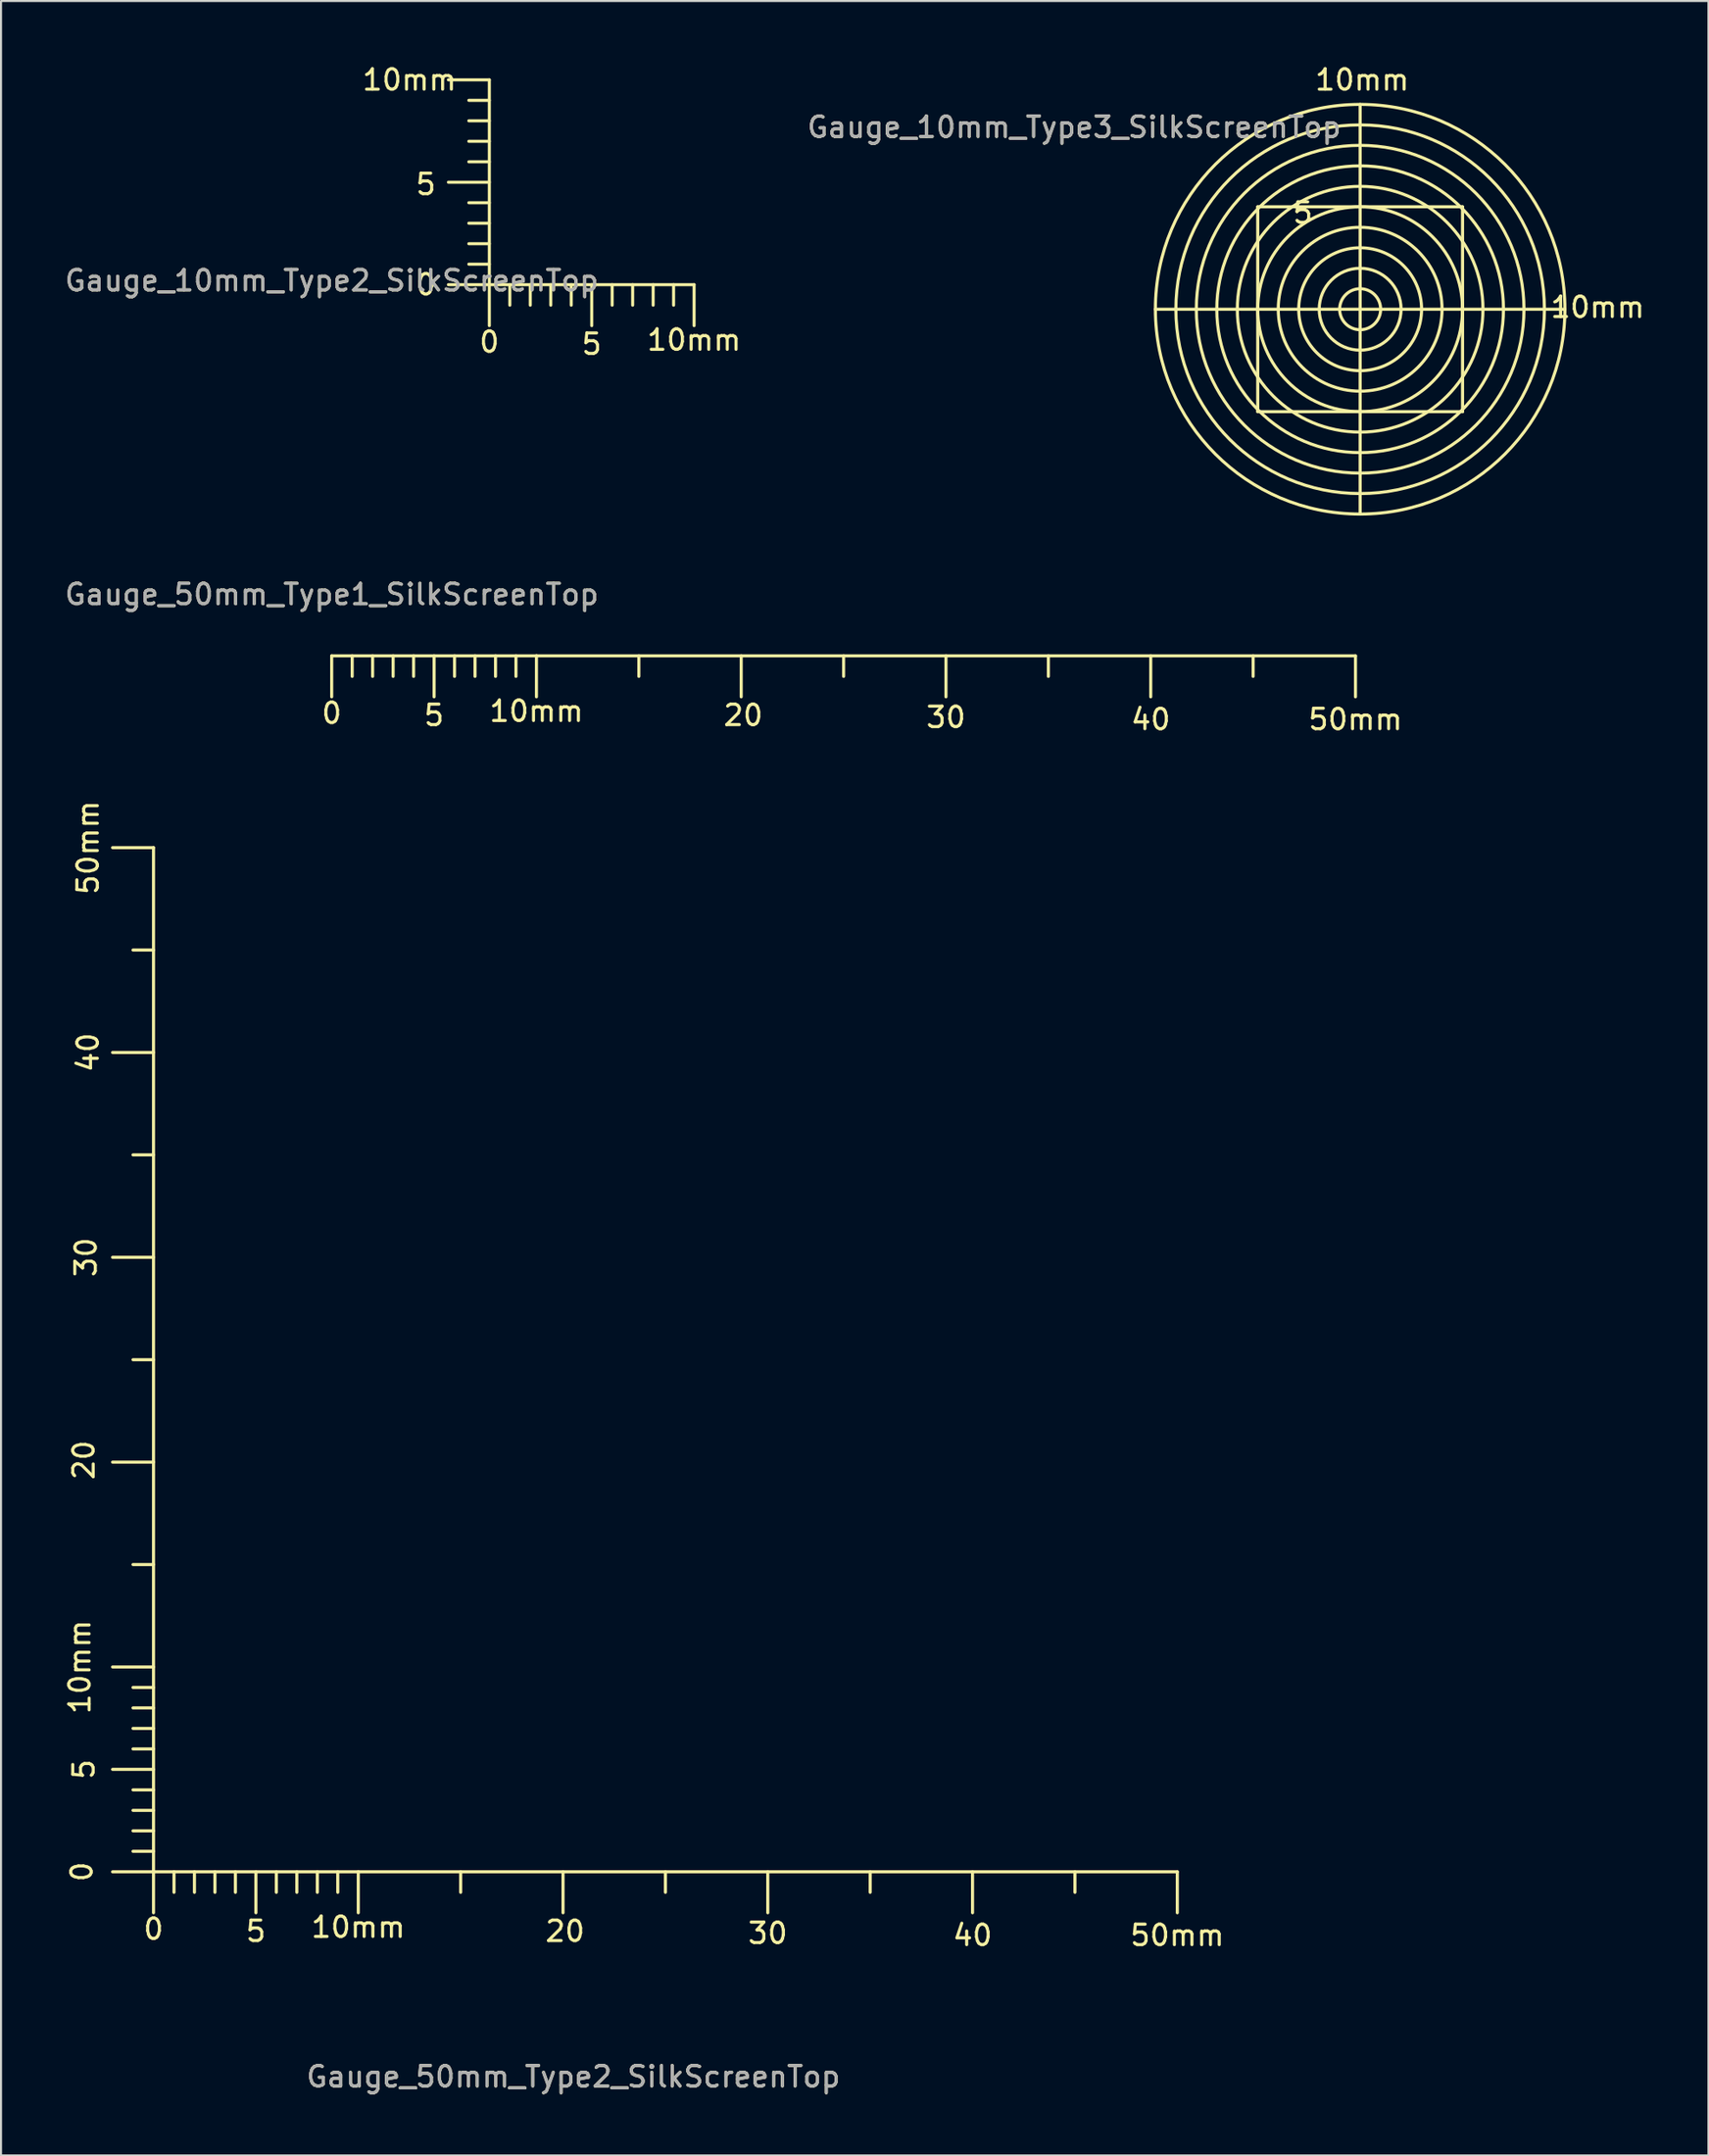
<source format=kicad_pcb>
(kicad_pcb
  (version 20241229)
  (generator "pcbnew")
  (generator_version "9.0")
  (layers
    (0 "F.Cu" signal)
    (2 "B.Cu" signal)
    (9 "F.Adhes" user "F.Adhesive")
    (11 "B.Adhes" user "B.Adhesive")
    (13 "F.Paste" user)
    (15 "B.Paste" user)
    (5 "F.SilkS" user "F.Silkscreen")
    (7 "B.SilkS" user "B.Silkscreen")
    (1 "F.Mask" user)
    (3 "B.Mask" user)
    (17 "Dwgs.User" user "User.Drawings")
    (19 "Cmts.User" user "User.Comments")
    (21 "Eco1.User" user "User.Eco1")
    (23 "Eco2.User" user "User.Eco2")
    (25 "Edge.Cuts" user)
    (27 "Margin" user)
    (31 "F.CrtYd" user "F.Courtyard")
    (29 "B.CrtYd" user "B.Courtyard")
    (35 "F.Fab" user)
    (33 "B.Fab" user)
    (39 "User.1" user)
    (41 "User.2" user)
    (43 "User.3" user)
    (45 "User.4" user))
  (footprint "Gauge_10mm_Type2_SilkScreenTop"
    (layer "F.Cu")
    (at 20.848 10.848)
    (property "Reference" "Gauge_10mm_Type2_SilkScreenTop" (at -7.699 -0.201 0) (layer "F.SilkS") (effects (font (size 1 1) (thickness 0.15))))
    (attr exclude_from_pos_files exclude_from_bom)
    (fp_line (start 0 -10) (end -1.999 -10) (stroke (width 0.15) (type solid)) (layer "F.SilkS"))
    (fp_line (start 0 -8.999) (end -1.001 -8.999) (stroke (width 0.15) (type solid)) (layer "F.SilkS"))
    (fp_line (start 0 -8.001) (end -1.001 -8.001) (stroke (width 0.15) (type solid)) (layer "F.SilkS"))
    (fp_line (start 0 -7) (end -1.001 -7) (stroke (width 0.15) (type solid)) (layer "F.SilkS"))
    (fp_line (start 0 -5.999) (end -1.001 -5.999) (stroke (width 0.15) (type solid)) (layer "F.SilkS"))
    (fp_line (start 0 -5.001) (end -1.999 -5.001) (stroke (width 0.15) (type solid)) (layer "F.SilkS"))
    (fp_line (start 0 -4) (end -1.001 -4) (stroke (width 0.15) (type solid)) (layer "F.SilkS"))
    (fp_line (start 0 -3) (end -1.001 -3) (stroke (width 0.15) (type solid)) (layer "F.SilkS"))
    (fp_line (start 0 -1.999) (end -1.001 -1.999) (stroke (width 0.15) (type solid)) (layer "F.SilkS"))
    (fp_line (start 0 -1.001) (end -1.001 -1.001) (stroke (width 0.15) (type solid)) (layer "F.SilkS"))
    (fp_line (start 0 0) (end -1.999 0) (stroke (width 0.15) (type solid)) (layer "F.SilkS"))
    (fp_line (start 0 0) (end 0 -10) (stroke (width 0.15) (type solid)) (layer "F.SilkS"))
    (fp_line (start 0 0) (end 0 1.999) (stroke (width 0.15) (type solid)) (layer "F.SilkS"))
    (fp_line (start 0 0) (end 10 0) (stroke (width 0.15) (type solid)) (layer "F.SilkS"))
    (fp_line (start 1.001 0) (end 1.001 1.001) (stroke (width 0.15) (type solid)) (layer "F.SilkS"))
    (fp_line (start 1.999 0) (end 1.999 1.001) (stroke (width 0.15) (type solid)) (layer "F.SilkS"))
    (fp_line (start 3 0) (end 3 1.001) (stroke (width 0.15) (type solid)) (layer "F.SilkS"))
    (fp_line (start 4 0) (end 4 1.001) (stroke (width 0.15) (type solid)) (layer "F.SilkS"))
    (fp_line (start 5.001 0) (end 5.001 1.999) (stroke (width 0.15) (type solid)) (layer "F.SilkS"))
    (fp_line (start 5.999 0) (end 5.999 1.001) (stroke (width 0.15) (type solid)) (layer "F.SilkS"))
    (fp_line (start 7 0) (end 7 1.001) (stroke (width 0.15) (type solid)) (layer "F.SilkS"))
    (fp_line (start 8.001 0) (end 8.001 1.001) (stroke (width 0.15) (type solid)) (layer "F.SilkS"))
    (fp_line (start 8.999 0) (end 8.999 1.001) (stroke (width 0.15) (type solid)) (layer "F.SilkS"))
    (fp_line (start 10 0) (end 10 1.999) (stroke (width 0.15) (type solid)) (layer "F.SilkS"))
    (fp_text user "10mm" (at -3.901 -10 0) (layer "F.SilkS") (effects (font (size 1 1) (thickness 0.15))))
    (fp_text user "5" (at -3.101 -4.9 0) (layer "F.SilkS") (effects (font (size 1 1) (thickness 0.15))))
    (fp_text user "5" (at 4.999 2.901 0) (layer "F.SilkS") (effects (font (size 1 1) (thickness 0.15))))
    (fp_text user "10mm" (at 10 2.7 0) (layer "F.SilkS") (effects (font (size 1 1) (thickness 0.15))))
    (fp_text user "0" (at 0 2.799 0) (layer "F.SilkS") (effects (font (size 1 1) (thickness 0.15))))
    (fp_text user "0" (at -3.101 0 0) (layer "F.SilkS") (effects (font (size 1 1) (thickness 0.15))))
    (fp_text user "${REFERENCE}" (at -7.699 -0.201 0) (layer "F.Fab") (effects (font (size 1 1) (thickness 0.15)))))
  (footprint "Gauge_10mm_Type3_SilkScreenTop"
    (layer "F.Cu")
    (at 63.377 12.047)
    (property "Reference" "Gauge_10mm_Type3_SilkScreenTop" (at -13.97 -8.89 0) (layer "F.SilkS") (effects (font (size 1 1) (thickness 0.15))))
    (attr exclude_from_pos_files exclude_from_bom)
    (fp_line (start -5.001 -5.001) (end -5.001 0) (stroke (width 0.15) (type solid)) (layer "F.SilkS"))
    (fp_line (start -5.001 5.001) (end -5.001 0) (stroke (width 0.15) (type solid)) (layer "F.SilkS"))
    (fp_line (start -1.999 0) (end -10 0) (stroke (width 0.15) (type solid)) (layer "F.SilkS"))
    (fp_line (start 0 -5.001) (end -5.001 -5.001) (stroke (width 0.15) (type solid)) (layer "F.SilkS"))
    (fp_line (start 0 -5.001) (end 5.001 -5.001) (stroke (width 0.15) (type solid)) (layer "F.SilkS"))
    (fp_line (start 0 0) (end -1.999 0) (stroke (width 0.15) (type solid)) (layer "F.SilkS"))
    (fp_line (start 0 0) (end 0 -10) (stroke (width 0.15) (type solid)) (layer "F.SilkS"))
    (fp_line (start 0 0) (end 0 1.999) (stroke (width 0.15) (type solid)) (layer "F.SilkS"))
    (fp_line (start 0 0) (end 10 0) (stroke (width 0.15) (type solid)) (layer "F.SilkS"))
    (fp_line (start 0 1.999) (end 0 10) (stroke (width 0.15) (type solid)) (layer "F.SilkS"))
    (fp_line (start 0 5.001) (end -5.001 5.001) (stroke (width 0.15) (type solid)) (layer "F.SilkS"))
    (fp_line (start 5.001 -5.001) (end 5.001 0) (stroke (width 0.15) (type solid)) (layer "F.SilkS"))
    (fp_line (start 5.001 0) (end 5.001 5.001) (stroke (width 0.15) (type solid)) (layer "F.SilkS"))
    (fp_line (start 5.001 5.001) (end 0 5.001) (stroke (width 0.15) (type solid)) (layer "F.SilkS"))
    (fp_circle (center 0 0) (end 0 -8.999) (stroke (width 0.15) (type solid)) (fill no) (layer "F.SilkS"))
    (fp_circle (center 0 0) (end 0 -8.001) (stroke (width 0.15) (type solid)) (fill no) (layer "F.SilkS"))
    (fp_circle (center 0 0) (end 0 -7) (stroke (width 0.15) (type solid)) (fill no) (layer "F.SilkS"))
    (fp_circle (center 0 0) (end 0 -5.999) (stroke (width 0.15) (type solid)) (fill no) (layer "F.SilkS"))
    (fp_circle (center 0 0) (end 0 -4) (stroke (width 0.15) (type solid)) (fill no) (layer "F.SilkS"))
    (fp_circle (center 0 0) (end 0 -3) (stroke (width 0.15) (type solid)) (fill no) (layer "F.SilkS"))
    (fp_circle (center 0 0) (end 0 -1.999) (stroke (width 0.15) (type solid)) (fill no) (layer "F.SilkS"))
    (fp_circle (center 0 0) (end 0 -1.001) (stroke (width 0.15) (type solid)) (fill no) (layer "F.SilkS"))
    (fp_circle (center 0 0) (end 5.001 0) (stroke (width 0.15) (type solid)) (fill no) (layer "F.SilkS"))
    (fp_circle (center 0 0) (end 10 0) (stroke (width 0.15) (type solid)) (fill no) (layer "F.SilkS"))
    (fp_text user "10mm" (at 0.099 -11.199 0) (layer "F.SilkS") (effects (font (size 1 1) (thickness 0.15))))
    (fp_text user "5" (at -2.799 -4.699 0) (layer "F.SilkS") (effects (font (size 1 1) (thickness 0.15))))
    (fp_text user "10mm" (at 11.6 -0.099 0) (layer "F.SilkS") (effects (font (size 1 1) (thickness 0.15))))
    (fp_text user "${REFERENCE}" (at -13.97 -8.89 0) (layer "F.Fab") (effects (font (size 1 1) (thickness 0.15)))))
  (footprint "Gauge_50mm_Type2_SilkScreenTop"
    (layer "F.Cu")
    (at 4.447 88.333)
    (property "Reference" "Gauge_50mm_Type2_SilkScreenTop" (at 20.5 10 0) (layer "F.SilkS") (effects (font (size 1 1) (thickness 0.15))))
    (attr exclude_from_pos_files exclude_from_bom)
    (fp_line (start 0 -50) (end -1.999 -50) (stroke (width 0.15) (type solid)) (layer "F.SilkS"))
    (fp_line (start 0 -45.001) (end -1.001 -45.001) (stroke (width 0.15) (type solid)) (layer "F.SilkS"))
    (fp_line (start 0 -40) (end -1.999 -40) (stroke (width 0.15) (type solid)) (layer "F.SilkS"))
    (fp_line (start 0 -35.001) (end -1.001 -35.001) (stroke (width 0.15) (type solid)) (layer "F.SilkS"))
    (fp_line (start 0 -30) (end -1.999 -30) (stroke (width 0.15) (type solid)) (layer "F.SilkS"))
    (fp_line (start 0 -25.001) (end -1.001 -25.001) (stroke (width 0.15) (type solid)) (layer "F.SilkS"))
    (fp_line (start 0 -20) (end -1.999 -20) (stroke (width 0.15) (type solid)) (layer "F.SilkS"))
    (fp_line (start 0 -15.001) (end -1.001 -15.001) (stroke (width 0.15) (type solid)) (layer "F.SilkS"))
    (fp_line (start 0 -10) (end -1.999 -10) (stroke (width 0.15) (type solid)) (layer "F.SilkS"))
    (fp_line (start 0 -8.999) (end -1.001 -8.999) (stroke (width 0.15) (type solid)) (layer "F.SilkS"))
    (fp_line (start 0 -8.001) (end -1.001 -8.001) (stroke (width 0.15) (type solid)) (layer "F.SilkS"))
    (fp_line (start 0 -7) (end -1.001 -7) (stroke (width 0.15) (type solid)) (layer "F.SilkS"))
    (fp_line (start 0 -5.999) (end -1.001 -5.999) (stroke (width 0.15) (type solid)) (layer "F.SilkS"))
    (fp_line (start 0 -5.001) (end -1.999 -5.001) (stroke (width 0.15) (type solid)) (layer "F.SilkS"))
    (fp_line (start 0 -4) (end -1.001 -4) (stroke (width 0.15) (type solid)) (layer "F.SilkS"))
    (fp_line (start 0 -3) (end -1.001 -3) (stroke (width 0.15) (type solid)) (layer "F.SilkS"))
    (fp_line (start 0 -1.999) (end -1.001 -1.999) (stroke (width 0.15) (type solid)) (layer "F.SilkS"))
    (fp_line (start 0 -1.001) (end -1.001 -1.001) (stroke (width 0.15) (type solid)) (layer "F.SilkS"))
    (fp_line (start 0 0) (end -1.999 0) (stroke (width 0.15) (type solid)) (layer "F.SilkS"))
    (fp_line (start 0 0) (end 0 -50) (stroke (width 0.15) (type solid)) (layer "F.SilkS"))
    (fp_line (start 0 0) (end 0 1.999) (stroke (width 0.15) (type solid)) (layer "F.SilkS"))
    (fp_line (start 0 0) (end 10 0) (stroke (width 0.15) (type solid)) (layer "F.SilkS"))
    (fp_line (start 1.001 0) (end 1.001 1.001) (stroke (width 0.15) (type solid)) (layer "F.SilkS"))
    (fp_line (start 1.999 0) (end 1.999 1.001) (stroke (width 0.15) (type solid)) (layer "F.SilkS"))
    (fp_line (start 3 0) (end 3 1.001) (stroke (width 0.15) (type solid)) (layer "F.SilkS"))
    (fp_line (start 4 0) (end 4 1.001) (stroke (width 0.15) (type solid)) (layer "F.SilkS"))
    (fp_line (start 5.001 0) (end 5.001 1.999) (stroke (width 0.15) (type solid)) (layer "F.SilkS"))
    (fp_line (start 5.999 0) (end 5.999 1.001) (stroke (width 0.15) (type solid)) (layer "F.SilkS"))
    (fp_line (start 7 0) (end 7 1.001) (stroke (width 0.15) (type solid)) (layer "F.SilkS"))
    (fp_line (start 8.001 0) (end 8.001 1.001) (stroke (width 0.15) (type solid)) (layer "F.SilkS"))
    (fp_line (start 8.999 0) (end 8.999 1.001) (stroke (width 0.15) (type solid)) (layer "F.SilkS"))
    (fp_line (start 10 0) (end 10 1.999) (stroke (width 0.15) (type solid)) (layer "F.SilkS"))
    (fp_line (start 10 0) (end 50 0) (stroke (width 0.15) (type solid)) (layer "F.SilkS"))
    (fp_line (start 15.001 0) (end 15.001 1.001) (stroke (width 0.15) (type solid)) (layer "F.SilkS"))
    (fp_line (start 20 0) (end 20 1.999) (stroke (width 0.15) (type solid)) (layer "F.SilkS"))
    (fp_line (start 25.001 0) (end 25.001 1.001) (stroke (width 0.15) (type solid)) (layer "F.SilkS"))
    (fp_line (start 30 0) (end 30 1.999) (stroke (width 0.15) (type solid)) (layer "F.SilkS"))
    (fp_line (start 35.001 0) (end 35.001 1.001) (stroke (width 0.15) (type solid)) (layer "F.SilkS"))
    (fp_line (start 40 0) (end 40 1.999) (stroke (width 0.15) (type solid)) (layer "F.SilkS"))
    (fp_line (start 45.001 0) (end 45.001 1.001) (stroke (width 0.15) (type solid)) (layer "F.SilkS"))
    (fp_line (start 50 0) (end 50 1.999) (stroke (width 0.15) (type solid)) (layer "F.SilkS"))
    (fp_text user "40" (at -3.198 -40.002 90) (layer "F.SilkS") (effects (font (size 1 1) (thickness 0.15))))
    (fp_text user "0" (at -3.5 -0.003 90) (layer "F.SilkS") (effects (font (size 1 1) (thickness 0.15))))
    (fp_text user "0" (at 0 2.799 0) (layer "F.SilkS") (effects (font (size 1 1) (thickness 0.15))))
    (fp_text user "20" (at -3.399 -20.102 90) (layer "F.SilkS") (effects (font (size 1 1) (thickness 0.15))))
    (fp_text user "5" (at -3.399 -5.001 90) (layer "F.SilkS") (effects (font (size 1 1) (thickness 0.15))))
    (fp_text user "40" (at 40 3.101 0) (layer "F.SilkS") (effects (font (size 1 1) (thickness 0.15))))
    (fp_text user "50mm" (at -3.198 -50.002 90) (layer "F.SilkS") (effects (font (size 1 1) (thickness 0.15))))
    (fp_text user "50mm" (at 50 3.101 0) (layer "F.SilkS") (effects (font (size 1 1) (thickness 0.15))))
    (fp_text user "10mm" (at -3.599 -10.003 90) (layer "F.SilkS") (effects (font (size 1 1) (thickness 0.15))))
    (fp_text user "5" (at 4.999 2.901 0) (layer "F.SilkS") (effects (font (size 1 1) (thickness 0.15))))
    (fp_text user "20" (at 20.099 2.901 0) (layer "F.SilkS") (effects (font (size 1 1) (thickness 0.15))))
    (fp_text user "10mm" (at 10 2.7 0) (layer "F.SilkS") (effects (font (size 1 1) (thickness 0.15))))
    (fp_text user "30" (at 30 3 0) (layer "F.SilkS") (effects (font (size 1 1) (thickness 0.15))))
    (fp_text user "30" (at -3.299 -30.002 90) (layer "F.SilkS") (effects (font (size 1 1) (thickness 0.15))))
    (fp_text user "${REFERENCE}" (at 20.5 10 0) (layer "F.Fab") (effects (font (size 1 1) (thickness 0.15)))))
  (footprint "Gauge_50mm_Type1_SilkScreenTop"
    (layer "F.Cu")
    (at 13.149 28.97)
    (property "Reference" "Gauge_50mm_Type1_SilkScreenTop" (at 0 -3 0) (layer "F.SilkS") (effects (font (size 1 1) (thickness 0.15))))
    (attr exclude_from_pos_files exclude_from_bom)
    (fp_line (start 0 0) (end 0 1.999) (stroke (width 0.15) (type solid)) (layer "F.SilkS"))
    (fp_line (start 0 0) (end 10 0) (stroke (width 0.15) (type solid)) (layer "F.SilkS"))
    (fp_line (start 1.001 0) (end 1.001 1.001) (stroke (width 0.15) (type solid)) (layer "F.SilkS"))
    (fp_line (start 1.999 0) (end 1.999 1.001) (stroke (width 0.15) (type solid)) (layer "F.SilkS"))
    (fp_line (start 3 0) (end 3 1.001) (stroke (width 0.15) (type solid)) (layer "F.SilkS"))
    (fp_line (start 4 0) (end 4 1.001) (stroke (width 0.15) (type solid)) (layer "F.SilkS"))
    (fp_line (start 5.001 0) (end 5.001 1.999) (stroke (width 0.15) (type solid)) (layer "F.SilkS"))
    (fp_line (start 5.999 0) (end 5.999 1.001) (stroke (width 0.15) (type solid)) (layer "F.SilkS"))
    (fp_line (start 7 0) (end 7 1.001) (stroke (width 0.15) (type solid)) (layer "F.SilkS"))
    (fp_line (start 8.001 0) (end 8.001 1.001) (stroke (width 0.15) (type solid)) (layer "F.SilkS"))
    (fp_line (start 8.999 0) (end 8.999 1.001) (stroke (width 0.15) (type solid)) (layer "F.SilkS"))
    (fp_line (start 10 0) (end 10 1.999) (stroke (width 0.15) (type solid)) (layer "F.SilkS"))
    (fp_line (start 10 0) (end 50 0) (stroke (width 0.15) (type solid)) (layer "F.SilkS"))
    (fp_line (start 15.001 0) (end 15.001 1.001) (stroke (width 0.15) (type solid)) (layer "F.SilkS"))
    (fp_line (start 20 0) (end 20 1.999) (stroke (width 0.15) (type solid)) (layer "F.SilkS"))
    (fp_line (start 25.001 0) (end 25.001 1.001) (stroke (width 0.15) (type solid)) (layer "F.SilkS"))
    (fp_line (start 30 0) (end 30 1.999) (stroke (width 0.15) (type solid)) (layer "F.SilkS"))
    (fp_line (start 35.001 0) (end 35.001 1.001) (stroke (width 0.15) (type solid)) (layer "F.SilkS"))
    (fp_line (start 40 0) (end 40 1.999) (stroke (width 0.15) (type solid)) (layer "F.SilkS"))
    (fp_line (start 45.001 0) (end 45.001 1.001) (stroke (width 0.15) (type solid)) (layer "F.SilkS"))
    (fp_line (start 50 0) (end 50 1.999) (stroke (width 0.15) (type solid)) (layer "F.SilkS"))
    (fp_text user "50mm" (at 50 3.101 0) (layer "F.SilkS") (effects (font (size 1 1) (thickness 0.15))))
    (fp_text user "20" (at 20.099 2.901 0) (layer "F.SilkS") (effects (font (size 1 1) (thickness 0.15))))
    (fp_text user "0" (at 0 2.799 0) (layer "F.SilkS") (effects (font (size 1 1) (thickness 0.15))))
    (fp_text user "40" (at 40 3.101 0) (layer "F.SilkS") (effects (font (size 1 1) (thickness 0.15))))
    (fp_text user "30" (at 30 3 0) (layer "F.SilkS") (effects (font (size 1 1) (thickness 0.15))))
    (fp_text user "5" (at 4.999 2.901 0) (layer "F.SilkS") (effects (font (size 1 1) (thickness 0.15))))
    (fp_text user "10mm" (at 10 2.7 0) (layer "F.SilkS") (effects (font (size 1 1) (thickness 0.15))))
    (fp_text user "${REFERENCE}" (at 0 -3 0) (layer "F.Fab") (effects (font (size 1 1) (thickness 0.15)))))
  (gr_rect
    (start -3 -3)
    (end 80.388 102.181)
    (stroke (width 0.1) (type default))
    (fill no)
    (layer "Edge.Cuts")))
</source>
